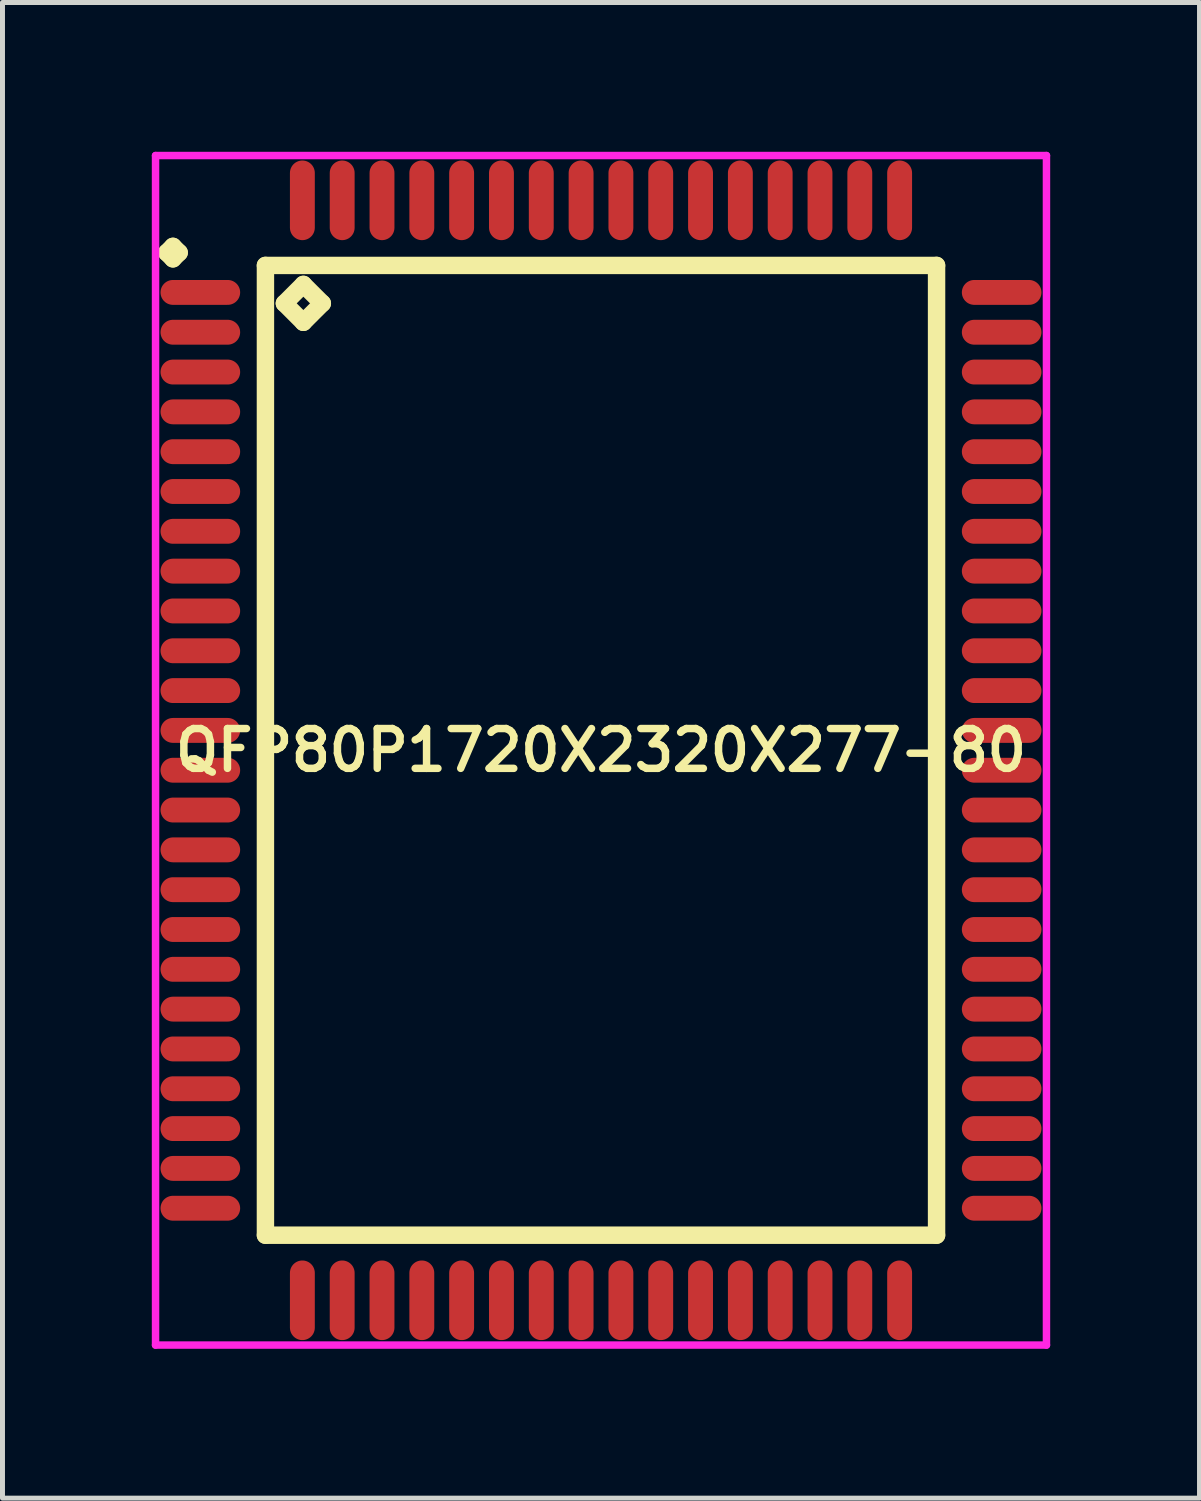
<source format=kicad_pcb>
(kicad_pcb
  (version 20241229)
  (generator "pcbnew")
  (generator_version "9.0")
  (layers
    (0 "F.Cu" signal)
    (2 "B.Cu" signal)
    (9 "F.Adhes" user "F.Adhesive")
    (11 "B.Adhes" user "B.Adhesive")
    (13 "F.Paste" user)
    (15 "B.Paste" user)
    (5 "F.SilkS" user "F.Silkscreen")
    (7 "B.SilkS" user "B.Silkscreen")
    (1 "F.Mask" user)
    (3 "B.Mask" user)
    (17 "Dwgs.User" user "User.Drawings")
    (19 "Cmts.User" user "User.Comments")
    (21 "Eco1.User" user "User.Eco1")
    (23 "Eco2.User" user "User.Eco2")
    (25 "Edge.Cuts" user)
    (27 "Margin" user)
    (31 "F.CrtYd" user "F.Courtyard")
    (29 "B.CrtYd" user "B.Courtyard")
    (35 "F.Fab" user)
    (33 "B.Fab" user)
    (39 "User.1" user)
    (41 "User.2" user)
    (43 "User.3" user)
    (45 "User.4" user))
  (footprint "QFP80P1720X2320X277-80"
    (layer "F.Cu")
    (at 9.025 12.025)
    (property "Reference" "QFP80P1720X2320X277-80" (at 0 0 0) (layer "F.SilkS") (effects (font (size 0.8 0.8) (thickness 0.15))))
    (attr smd)
    (fp_line (start -8.725 -10) (end -8.6 -10.125) (stroke (width 0.35) (type solid)) (layer "F.SilkS"))
    (fp_line (start -8.6 -10.125) (end -8.475 -10) (stroke (width 0.35) (type solid)) (layer "F.SilkS"))
    (fp_line (start -8.6 -9.875) (end -8.725 -10) (stroke (width 0.35) (type solid)) (layer "F.SilkS"))
    (fp_line (start -8.475 -10) (end -8.6 -9.875) (stroke (width 0.35) (type solid)) (layer "F.SilkS"))
    (fp_line (start -6.742 -9.742) (end -6.742 9.742) (stroke (width 0.35) (type solid)) (layer "F.SilkS"))
    (fp_line (start -6.742 9.742) (end 6.742 9.742) (stroke (width 0.35) (type solid)) (layer "F.SilkS"))
    (fp_line (start -6.361 -8.98) (end -5.98 -9.361) (stroke (width 0.35) (type solid)) (layer "F.SilkS"))
    (fp_line (start -5.98 -9.361) (end -5.599 -8.98) (stroke (width 0.35) (type solid)) (layer "F.SilkS"))
    (fp_line (start -5.98 -8.599) (end -6.361 -8.98) (stroke (width 0.35) (type solid)) (layer "F.SilkS"))
    (fp_line (start -5.599 -8.98) (end -5.98 -8.599) (stroke (width 0.35) (type solid)) (layer "F.SilkS"))
    (fp_line (start 6.742 -9.742) (end -6.742 -9.742) (stroke (width 0.35) (type solid)) (layer "F.SilkS"))
    (fp_line (start 6.742 9.742) (end 6.742 -9.742) (stroke (width 0.35) (type solid)) (layer "F.SilkS"))
    (fp_line (start -8.95 -11.95) (end 8.95 -11.95) (stroke (width 0.15) (type solid)) (layer "F.CrtYd"))
    (fp_line (start -8.95 11.95) (end -8.95 -11.95) (stroke (width 0.15) (type solid)) (layer "F.CrtYd"))
    (fp_line (start 8.95 -11.95) (end 8.95 11.95) (stroke (width 0.15) (type solid)) (layer "F.CrtYd"))
    (fp_line (start 8.95 11.95) (end -8.95 11.95) (stroke (width 0.15) (type solid)) (layer "F.CrtYd"))
    (pad "1" smd oval (at -8.05 -9.2) (size 1.6 0.5) (layers "F.Cu" "F.Mask" "F.Paste"))
    (pad "2" smd oval (at -8.05 -8.4) (size 1.6 0.5) (layers "F.Cu" "F.Mask" "F.Paste"))
    (pad "3" smd oval (at -8.05 -7.6) (size 1.6 0.5) (layers "F.Cu" "F.Mask" "F.Paste"))
    (pad "4" smd oval (at -8.05 -6.8) (size 1.6 0.5) (layers "F.Cu" "F.Mask" "F.Paste"))
    (pad "5" smd oval (at -8.05 -6) (size 1.6 0.5) (layers "F.Cu" "F.Mask" "F.Paste"))
    (pad "6" smd oval (at -8.05 -5.2) (size 1.6 0.5) (layers "F.Cu" "F.Mask" "F.Paste"))
    (pad "7" smd oval (at -8.05 -4.4) (size 1.6 0.5) (layers "F.Cu" "F.Mask" "F.Paste"))
    (pad "8" smd oval (at -8.05 -3.6) (size 1.6 0.5) (layers "F.Cu" "F.Mask" "F.Paste"))
    (pad "9" smd oval (at -8.05 -2.8) (size 1.6 0.5) (layers "F.Cu" "F.Mask" "F.Paste"))
    (pad "10" smd oval (at -8.05 -2) (size 1.6 0.5) (layers "F.Cu" "F.Mask" "F.Paste"))
    (pad "11" smd oval (at -8.05 -1.2) (size 1.6 0.5) (layers "F.Cu" "F.Mask" "F.Paste"))
    (pad "12" smd oval (at -8.05 -0.4) (size 1.6 0.5) (layers "F.Cu" "F.Mask" "F.Paste"))
    (pad "13" smd oval (at -8.05 0.4) (size 1.6 0.5) (layers "F.Cu" "F.Mask" "F.Paste"))
    (pad "14" smd oval (at -8.05 1.2) (size 1.6 0.5) (layers "F.Cu" "F.Mask" "F.Paste"))
    (pad "15" smd oval (at -8.05 2) (size 1.6 0.5) (layers "F.Cu" "F.Mask" "F.Paste"))
    (pad "16" smd oval (at -8.05 2.8) (size 1.6 0.5) (layers "F.Cu" "F.Mask" "F.Paste"))
    (pad "17" smd oval (at -8.05 3.6) (size 1.6 0.5) (layers "F.Cu" "F.Mask" "F.Paste"))
    (pad "18" smd oval (at -8.05 4.4) (size 1.6 0.5) (layers "F.Cu" "F.Mask" "F.Paste"))
    (pad "19" smd oval (at -8.05 5.2) (size 1.6 0.5) (layers "F.Cu" "F.Mask" "F.Paste"))
    (pad "20" smd oval (at -8.05 6) (size 1.6 0.5) (layers "F.Cu" "F.Mask" "F.Paste"))
    (pad "21" smd oval (at -8.05 6.8) (size 1.6 0.5) (layers "F.Cu" "F.Mask" "F.Paste"))
    (pad "22" smd oval (at -8.05 7.6) (size 1.6 0.5) (layers "F.Cu" "F.Mask" "F.Paste"))
    (pad "23" smd oval (at -8.05 8.4) (size 1.6 0.5) (layers "F.Cu" "F.Mask" "F.Paste"))
    (pad "24" smd oval (at -8.05 9.2) (size 1.6 0.5) (layers "F.Cu" "F.Mask" "F.Paste"))
    (pad "25" smd oval (at -6 11.05) (size 0.5 1.6) (layers "F.Cu" "F.Mask" "F.Paste"))
    (pad "26" smd oval (at -5.2 11.05) (size 0.5 1.6) (layers "F.Cu" "F.Mask" "F.Paste"))
    (pad "27" smd oval (at -4.4 11.05) (size 0.5 1.6) (layers "F.Cu" "F.Mask" "F.Paste"))
    (pad "28" smd oval (at -3.6 11.05) (size 0.5 1.6) (layers "F.Cu" "F.Mask" "F.Paste"))
    (pad "29" smd oval (at -2.8 11.05) (size 0.5 1.6) (layers "F.Cu" "F.Mask" "F.Paste"))
    (pad "30" smd oval (at -2 11.05) (size 0.5 1.6) (layers "F.Cu" "F.Mask" "F.Paste"))
    (pad "31" smd oval (at -1.2 11.05) (size 0.5 1.6) (layers "F.Cu" "F.Mask" "F.Paste"))
    (pad "32" smd oval (at -0.4 11.05) (size 0.5 1.6) (layers "F.Cu" "F.Mask" "F.Paste"))
    (pad "33" smd oval (at 0.4 11.05) (size 0.5 1.6) (layers "F.Cu" "F.Mask" "F.Paste"))
    (pad "34" smd oval (at 1.2 11.05) (size 0.5 1.6) (layers "F.Cu" "F.Mask" "F.Paste"))
    (pad "35" smd oval (at 2 11.05) (size 0.5 1.6) (layers "F.Cu" "F.Mask" "F.Paste"))
    (pad "36" smd oval (at 2.8 11.05) (size 0.5 1.6) (layers "F.Cu" "F.Mask" "F.Paste"))
    (pad "37" smd oval (at 3.6 11.05) (size 0.5 1.6) (layers "F.Cu" "F.Mask" "F.Paste"))
    (pad "38" smd oval (at 4.4 11.05) (size 0.5 1.6) (layers "F.Cu" "F.Mask" "F.Paste"))
    (pad "39" smd oval (at 5.2 11.05) (size 0.5 1.6) (layers "F.Cu" "F.Mask" "F.Paste"))
    (pad "40" smd oval (at 6 11.05) (size 0.5 1.6) (layers "F.Cu" "F.Mask" "F.Paste"))
    (pad "41" smd oval (at 8.05 9.2) (size 1.6 0.5) (layers "F.Cu" "F.Mask" "F.Paste"))
    (pad "42" smd oval (at 8.05 8.4) (size 1.6 0.5) (layers "F.Cu" "F.Mask" "F.Paste"))
    (pad "43" smd oval (at 8.05 7.6) (size 1.6 0.5) (layers "F.Cu" "F.Mask" "F.Paste"))
    (pad "44" smd oval (at 8.05 6.8) (size 1.6 0.5) (layers "F.Cu" "F.Mask" "F.Paste"))
    (pad "45" smd oval (at 8.05 6) (size 1.6 0.5) (layers "F.Cu" "F.Mask" "F.Paste"))
    (pad "46" smd oval (at 8.05 5.2) (size 1.6 0.5) (layers "F.Cu" "F.Mask" "F.Paste"))
    (pad "47" smd oval (at 8.05 4.4) (size 1.6 0.5) (layers "F.Cu" "F.Mask" "F.Paste"))
    (pad "48" smd oval (at 8.05 3.6) (size 1.6 0.5) (layers "F.Cu" "F.Mask" "F.Paste"))
    (pad "49" smd oval (at 8.05 2.8) (size 1.6 0.5) (layers "F.Cu" "F.Mask" "F.Paste"))
    (pad "50" smd oval (at 8.05 2) (size 1.6 0.5) (layers "F.Cu" "F.Mask" "F.Paste"))
    (pad "51" smd oval (at 8.05 1.2) (size 1.6 0.5) (layers "F.Cu" "F.Mask" "F.Paste"))
    (pad "52" smd oval (at 8.05 0.4) (size 1.6 0.5) (layers "F.Cu" "F.Mask" "F.Paste"))
    (pad "53" smd oval (at 8.05 -0.4) (size 1.6 0.5) (layers "F.Cu" "F.Mask" "F.Paste"))
    (pad "54" smd oval (at 8.05 -1.2) (size 1.6 0.5) (layers "F.Cu" "F.Mask" "F.Paste"))
    (pad "55" smd oval (at 8.05 -2) (size 1.6 0.5) (layers "F.Cu" "F.Mask" "F.Paste"))
    (pad "56" smd oval (at 8.05 -2.8) (size 1.6 0.5) (layers "F.Cu" "F.Mask" "F.Paste"))
    (pad "57" smd oval (at 8.05 -3.6) (size 1.6 0.5) (layers "F.Cu" "F.Mask" "F.Paste"))
    (pad "58" smd oval (at 8.05 -4.4) (size 1.6 0.5) (layers "F.Cu" "F.Mask" "F.Paste"))
    (pad "59" smd oval (at 8.05 -5.2) (size 1.6 0.5) (layers "F.Cu" "F.Mask" "F.Paste"))
    (pad "60" smd oval (at 8.05 -6) (size 1.6 0.5) (layers "F.Cu" "F.Mask" "F.Paste"))
    (pad "61" smd oval (at 8.05 -6.8) (size 1.6 0.5) (layers "F.Cu" "F.Mask" "F.Paste"))
    (pad "62" smd oval (at 8.05 -7.6) (size 1.6 0.5) (layers "F.Cu" "F.Mask" "F.Paste"))
    (pad "63" smd oval (at 8.05 -8.4) (size 1.6 0.5) (layers "F.Cu" "F.Mask" "F.Paste"))
    (pad "64" smd oval (at 8.05 -9.2) (size 1.6 0.5) (layers "F.Cu" "F.Mask" "F.Paste"))
    (pad "65" smd oval (at 6 -11.05) (size 0.5 1.6) (layers "F.Cu" "F.Mask" "F.Paste"))
    (pad "66" smd oval (at 5.2 -11.05) (size 0.5 1.6) (layers "F.Cu" "F.Mask" "F.Paste"))
    (pad "67" smd oval (at 4.4 -11.05) (size 0.5 1.6) (layers "F.Cu" "F.Mask" "F.Paste"))
    (pad "68" smd oval (at 3.6 -11.05) (size 0.5 1.6) (layers "F.Cu" "F.Mask" "F.Paste"))
    (pad "69" smd oval (at 2.8 -11.05) (size 0.5 1.6) (layers "F.Cu" "F.Mask" "F.Paste"))
    (pad "70" smd oval (at 2 -11.05) (size 0.5 1.6) (layers "F.Cu" "F.Mask" "F.Paste"))
    (pad "71" smd oval (at 1.2 -11.05) (size 0.5 1.6) (layers "F.Cu" "F.Mask" "F.Paste"))
    (pad "72" smd oval (at 0.4 -11.05) (size 0.5 1.6) (layers "F.Cu" "F.Mask" "F.Paste"))
    (pad "73" smd oval (at -0.4 -11.05) (size 0.5 1.6) (layers "F.Cu" "F.Mask" "F.Paste"))
    (pad "74" smd oval (at -1.2 -11.05) (size 0.5 1.6) (layers "F.Cu" "F.Mask" "F.Paste"))
    (pad "75" smd oval (at -2 -11.05) (size 0.5 1.6) (layers "F.Cu" "F.Mask" "F.Paste"))
    (pad "76" smd oval (at -2.8 -11.05) (size 0.5 1.6) (layers "F.Cu" "F.Mask" "F.Paste"))
    (pad "77" smd oval (at -3.6 -11.05) (size 0.5 1.6) (layers "F.Cu" "F.Mask" "F.Paste"))
    (pad "78" smd oval (at -4.4 -11.05) (size 0.5 1.6) (layers "F.Cu" "F.Mask" "F.Paste"))
    (pad "79" smd oval (at -5.2 -11.05) (size 0.5 1.6) (layers "F.Cu" "F.Mask" "F.Paste"))
    (pad "80" smd oval (at -6 -11.05) (size 0.5 1.6) (layers "F.Cu" "F.Mask" "F.Paste")))
  (gr_rect
    (start -3 -3)
    (end 21.05 27.05)
    (stroke (width 0.1) (type default))
    (fill no)
    (layer "Edge.Cuts")))
</source>
